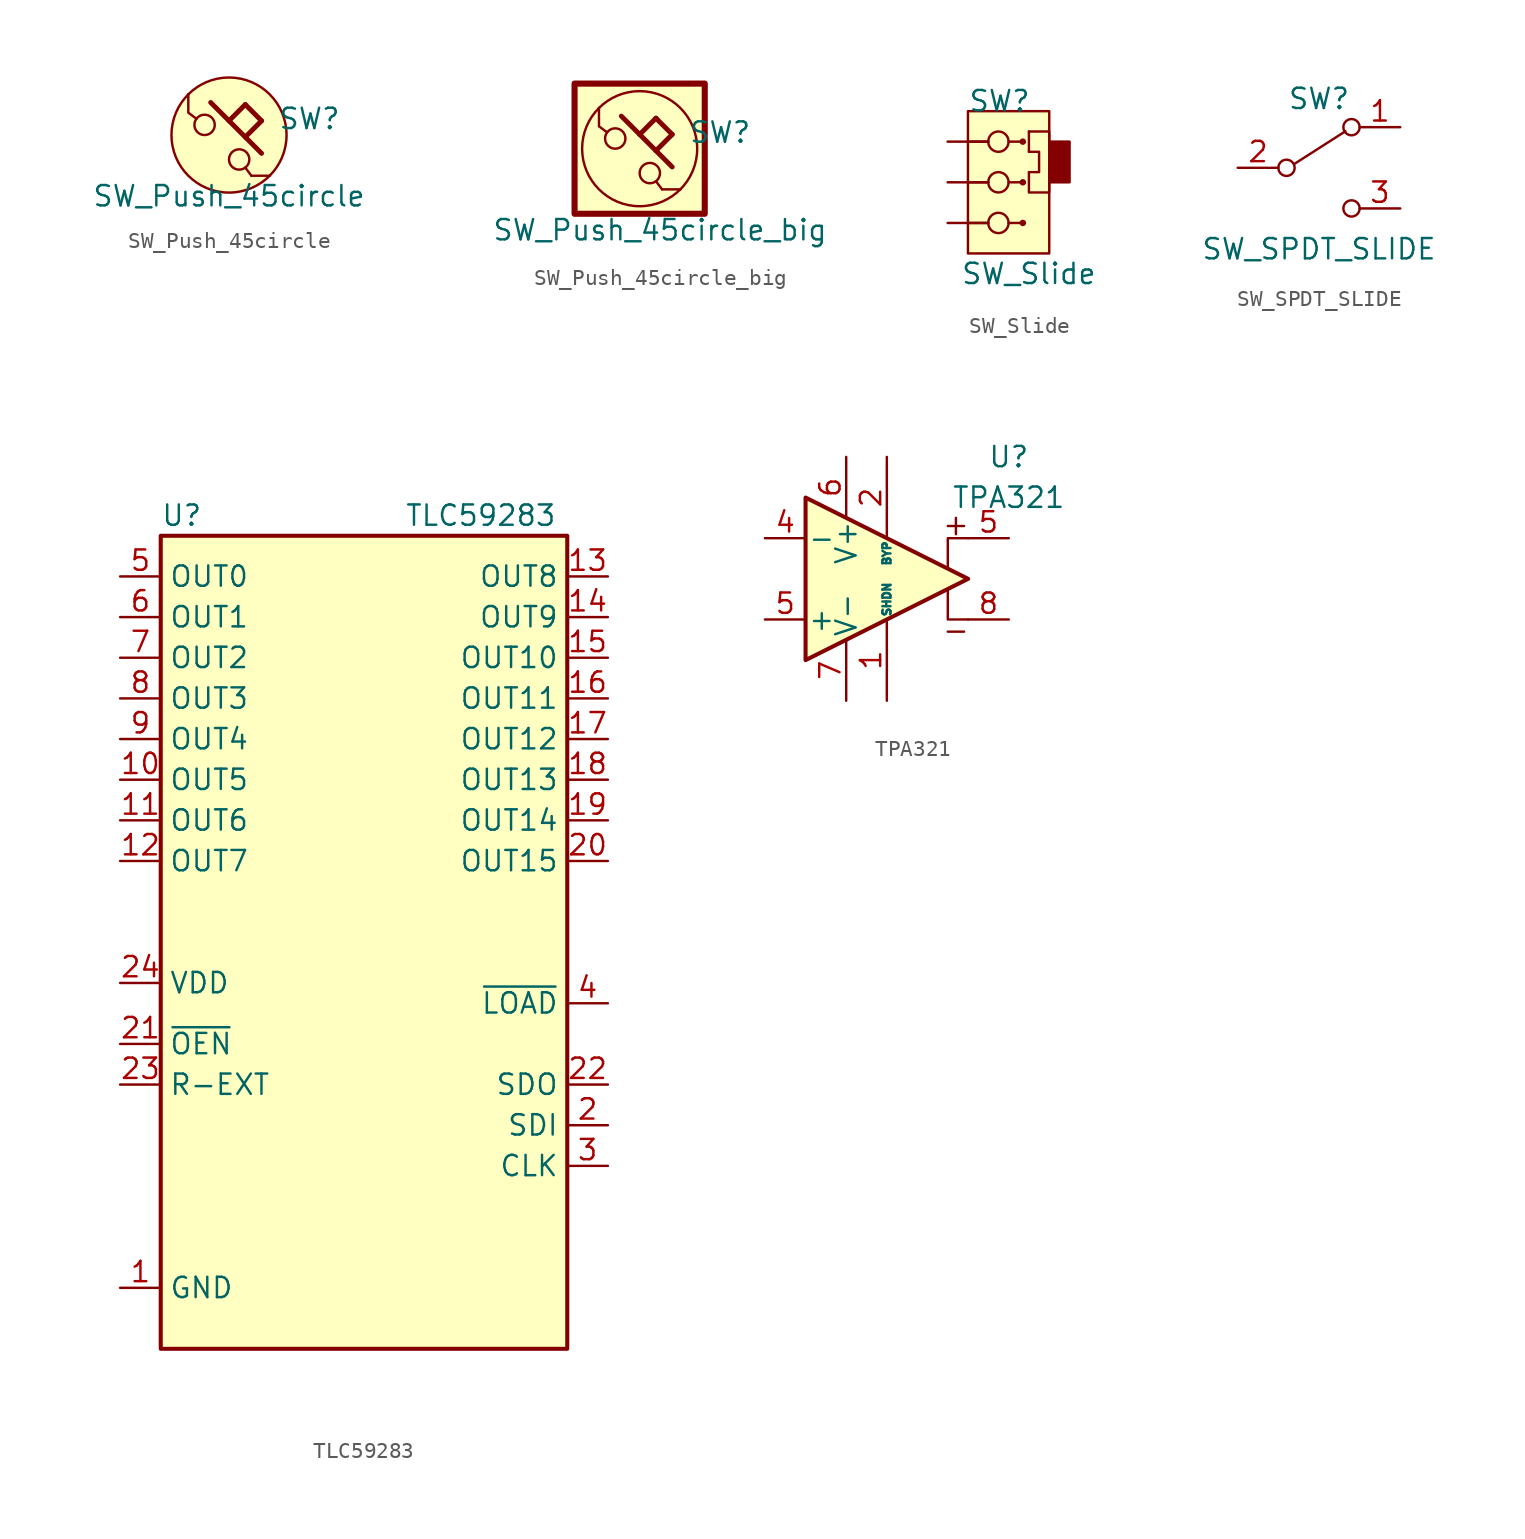
<source format=kicad_sym>
(kicad_symbol_lib
  (version 20220914)
  (generator kicad_symbol_editor)
  (symbol "SW_Push_45circle"
    (pin_numbers hide)
    (pin_names
      (offset 1.016) hide)
    (property "Reference" "SW"
      (at 3.048 1.016 0)
      (effects (font (size 1.27 1.27)) (justify left)))
    (property "Value" "SW_Push_45circle"
      (at 0 -3.81 0)
      (effects (font (size 1.27 1.27))))
    (symbol "SW_Push_45circle_0_1"
      (circle (center -1.524 0.635) (radius 0.635) (stroke (width 0) (type default)) (fill (type none)))
      (polyline (pts (xy -1.143 2.032) (xy 2.032 -1.143)) (stroke (width 0.305) (type default)) (fill (type none)))
      (polyline (pts (xy 0 0.889) (xy 1.016 1.905)) (stroke (width 0.305) (type default)) (fill (type none)))
      (polyline (pts (xy 1.016 -0.127) (xy 2.032 0.889)) (stroke (width 0.305) (type default)) (fill (type none)))
      (polyline (pts (xy 1.397 -2.54) (xy 1.016 -2.032)) (stroke (width 0) (type default)) (fill (type none)))
      (polyline (pts (xy 2.032 0.889) (xy 1.016 1.905)) (stroke (width 0.305) (type default)) (fill (type none)))
      (polyline (pts (xy -2.54 2.54) (xy -2.54 1.397) (xy -2.032 1.016)) (stroke (width 0) (type default)) (fill (type none)))
      (polyline (pts (xy 1.397 -2.54) (xy 2.54 -2.54) (xy 2.54 -2.54) (xy 2.54 -2.54)) (stroke (width 0) (type default)) (fill (type none)))
      (circle (center 0 0) (radius 3.592) (stroke (width 0) (type default)) (fill (type background)))
      (circle (center 0.635 -1.524) (radius 0.635) (stroke (width 0) (type default)) (fill (type none)))
      (pin passive line (at -2.54 2.54 0) (length 0) (name "1" (effects (font (size 1.27 1.27)))) (number "1" (effects (font (size 1.27 1.27)))))
      (pin passive line (at 2.54 -2.54 180) (length 0) (name "2" (effects (font (size 1.27 1.27)))) (number "2" (effects (font (size 1.27 1.27)))))))
  (symbol "SW_Push_45circle_big"
    (pin_numbers hide)
    (pin_names
      (offset 1.016) hide)
    (property "Reference" "SW"
      (at 3.048 1.016 0)
      (effects (font (size 1.27 1.27)) (justify left)))
    (property "Value" "SW_Push_45circle_big"
      (at 1.27 -5.08 0)
      (effects (font (size 1.27 1.27))))
    (symbol "SW_Push_45circle_big_0_1"
      (rectangle (start -4.064 4.064) (end 4.064 -4.064) (stroke (width 0.381) (type default)) (fill (type background)))
      (circle (center -1.524 0.635) (radius 0.635) (stroke (width 0) (type default)) (fill (type none)))
      (polyline (pts (xy -1.143 2.032) (xy 2.032 -1.143)) (stroke (width 0.305) (type default)) (fill (type none)))
      (polyline (pts (xy 0 0.889) (xy 1.016 1.905)) (stroke (width 0.305) (type default)) (fill (type none)))
      (polyline (pts (xy 1.016 -0.127) (xy 2.032 0.889)) (stroke (width 0.305) (type default)) (fill (type none)))
      (polyline (pts (xy 1.397 -2.54) (xy 1.016 -2.032)) (stroke (width 0) (type default)) (fill (type none)))
      (polyline (pts (xy 2.032 0.889) (xy 1.016 1.905)) (stroke (width 0.305) (type default)) (fill (type none)))
      (polyline (pts (xy -2.54 2.54) (xy -2.54 1.397) (xy -2.032 1.016)) (stroke (width 0) (type default)) (fill (type none)))
      (polyline (pts (xy 1.397 -2.54) (xy 2.54 -2.54) (xy 2.54 -2.54) (xy 2.54 -2.54)) (stroke (width 0) (type default)) (fill (type none)))
      (circle (center 0 0) (radius 3.592) (stroke (width 0) (type default)) (fill (type background)))
      (circle (center 0.635 -1.524) (radius 0.635) (stroke (width 0) (type default)) (fill (type none)))
      (pin passive line (at -2.54 2.54 0) (length 0) (name "1" (effects (font (size 1.27 1.27)))) (number "1" (effects (font (size 1.27 1.27)))))
      (pin passive line (at 2.54 -2.54 180) (length 0) (name "2" (effects (font (size 1.27 1.27)))) (number "2" (effects (font (size 1.27 1.27)))))))
  (symbol "SW_Slide"
    (pin_numbers hide)
    (pin_names
      (offset 1.016) hide)
    (property "Reference" "SW"
      (at -1.27 5.08 0)
      (effects (font (size 1.27 1.27)) (justify left)))
    (property "Value" "SW_Slide"
      (at 2.54 -5.715 0)
      (effects (font (size 1.27 1.27))))
    (symbol "SW_Slide_0_1"
      (rectangle (start -1.27 4.445) (end 3.81 -4.445) (stroke (width 0) (type default)) (fill (type background)))
      (polyline (pts (xy -1.27 -2.54) (xy 0 -2.54)) (stroke (width 0) (type default)) (fill (type none)))
      (polyline (pts (xy -1.27 0) (xy 0 0)) (stroke (width 0) (type default)) (fill (type none)))
      (polyline (pts (xy -1.27 2.54) (xy 0 2.54)) (stroke (width 0) (type default)) (fill (type none)))
      (polyline (pts (xy 1.27 -2.54) (xy 2.286 -2.54)) (stroke (width 0) (type default)) (fill (type none)))
      (polyline (pts (xy 1.27 0) (xy 2.286 0)) (stroke (width 0) (type default)) (fill (type none)))
      (polyline (pts (xy 1.27 2.54) (xy 2.159 2.54)) (stroke (width 0) (type default)) (fill (type none)))
      (polyline (pts (xy 2.54 1.905) (xy 2.54 3.175)) (stroke (width 0) (type default)) (fill (type none)))
      (polyline (pts (xy 2.54 1.905) (xy 3.175 1.905) (xy 3.175 0.635) (xy 2.54 0.635)) (stroke (width 0) (type default)) (fill (type none)))
      (polyline (pts (xy 2.54 0.635) (xy 2.54 -0.635) (xy 3.81 -0.635) (xy 3.81 3.175) (xy 2.54 3.175)) (stroke (width 0) (type default)) (fill (type none)))
      (circle (center 0.635 -2.54) (radius 0.635) (stroke (width 0) (type default)) (fill (type none)))
      (circle (center 0.635 0) (radius 0.635) (stroke (width 0) (type default)) (fill (type none)))
      (circle (center 0.635 2.54) (radius 0.635) (stroke (width 0) (type default)) (fill (type none)))
      (circle (center 2.159 -2.54) (radius 0.127) (stroke (width 0) (type default)) (fill (type none)))
      (circle (center 2.159 0) (radius 0.127) (stroke (width 0) (type default)) (fill (type none)))
      (circle (center 2.159 2.54) (radius 0.127) (stroke (width 0) (type default)) (fill (type none)))
      (rectangle (start 3.81 2.54) (end 5.08 0) (stroke (width 0) (type default)) (fill (type outline)))
      (pin passive line (at -2.54 2.54 0) (length 2.54) (name "1" (effects (font (size 1.27 1.27)))) (number "1" (effects (font (size 1.27 1.27)))))
      (pin passive line (at -2.54 0 0) (length 2.54) (name "2" (effects (font (size 1.27 1.27)))) (number "2" (effects (font (size 1.27 1.27)))))
      (pin passive line (at -2.54 -2.54 0) (length 2.54) (name "2" (effects (font (size 1.27 1.27)))) (number "3" (effects (font (size 1.27 1.27)))))))
  (symbol "SW_SPDT_SLIDE"
    (pin_names
      (offset 0.002) hide)
    (property "Reference" "SW"
      (at 0 4.318 0)
      (effects (font (size 1.27 1.27))))
    (property "Value" "SW_SPDT_SLIDE"
      (at 0 -5.08 0)
      (effects (font (size 1.27 1.27))))
    (symbol "SW_SPDT_SLIDE_0_0"
      (circle (center -2.032 0) (radius 0.508) (stroke (width 0) (type default)) (fill (type none)))
      (circle (center 2.032 -2.54) (radius 0.508) (stroke (width 0) (type default)) (fill (type none))))
    (symbol "SW_SPDT_SLIDE_0_1"
      (polyline (pts (xy -1.524 0.254) (xy 1.651 2.286)) (stroke (width 0) (type default)) (fill (type none)))
      (circle (center 2.032 2.54) (radius 0.508) (stroke (width 0) (type default)) (fill (type none))))
    (symbol "SW_SPDT_SLIDE_1_1"
      (pin passive line (at 5.08 2.54 180) (length 2.54) (name "A" (effects (font (size 1.27 1.27)))) (number "1" (effects (font (size 1.27 1.27)))))
      (pin passive line (at -5.08 0 0) (length 2.54) (name "B" (effects (font (size 1.27 1.27)))) (number "2" (effects (font (size 1.27 1.27)))))
      (pin passive line (at 5.08 -2.54 180) (length 2.54) (name "C" (effects (font (size 1.27 1.27)))) (number "3" (effects (font (size 1.27 1.27)))))))
  (symbol "TLC59283"
    (property "Reference" "U"
      (at -12.7 21.59 0)
      (effects (font (size 1.27 1.27)) (justify left)))
    (property "Value" "TLC59283"
      (at 2.54 21.59 0)
      (effects (font (size 1.27 1.27)) (justify left)))
    (symbol "TLC59283_0_1"
      (rectangle (start -12.7 20.32) (end 12.7 -30.48) (stroke (width 0.254) (type default)) (fill (type background))))
    (symbol "TLC59283_1_1"
      (pin power_in line (at -15.24 -26.67 0) (length 2.54) (name "GND" (effects (font (size 1.27 1.27)))) (number "1" (effects (font (size 1.27 1.27)))))
      (pin output line (at -15.24 5.08 0) (length 2.54) (name "OUT5" (effects (font (size 1.27 1.27)))) (number "10" (effects (font (size 1.27 1.27)))))
      (pin output line (at -15.24 2.54 0) (length 2.54) (name "OUT6" (effects (font (size 1.27 1.27)))) (number "11" (effects (font (size 1.27 1.27)))))
      (pin output line (at -15.24 0 0) (length 2.54) (name "OUT7" (effects (font (size 1.27 1.27)))) (number "12" (effects (font (size 1.27 1.27)))))
      (pin output line (at 15.24 17.78 180) (length 2.54) (name "OUT8" (effects (font (size 1.27 1.27)))) (number "13" (effects (font (size 1.27 1.27)))))
      (pin output line (at 15.24 15.24 180) (length 2.54) (name "OUT9" (effects (font (size 1.27 1.27)))) (number "14" (effects (font (size 1.27 1.27)))))
      (pin output line (at 15.24 12.7 180) (length 2.54) (name "OUT10" (effects (font (size 1.27 1.27)))) (number "15" (effects (font (size 1.27 1.27)))))
      (pin output line (at 15.24 10.16 180) (length 2.54) (name "OUT11" (effects (font (size 1.27 1.27)))) (number "16" (effects (font (size 1.27 1.27)))))
      (pin output line (at 15.24 7.62 180) (length 2.54) (name "OUT12" (effects (font (size 1.27 1.27)))) (number "17" (effects (font (size 1.27 1.27)))))
      (pin output line (at 15.24 5.08 180) (length 2.54) (name "OUT13" (effects (font (size 1.27 1.27)))) (number "18" (effects (font (size 1.27 1.27)))))
      (pin output line (at 15.24 2.54 180) (length 2.54) (name "OUT14" (effects (font (size 1.27 1.27)))) (number "19" (effects (font (size 1.27 1.27)))))
      (pin input line (at 15.24 -16.51 180) (length 2.54) (name "SDI" (effects (font (size 1.27 1.27)))) (number "2" (effects (font (size 1.27 1.27)))))
      (pin output line (at 15.24 0 180) (length 2.54) (name "OUT15" (effects (font (size 1.27 1.27)))) (number "20" (effects (font (size 1.27 1.27)))))
      (pin input line (at -15.24 -11.43 0) (length 2.54) (name "~{OEN}" (effects (font (size 1.27 1.27)))) (number "21" (effects (font (size 1.27 1.27)))))
      (pin output line (at 15.24 -13.97 180) (length 2.54) (name "SDO" (effects (font (size 1.27 1.27)))) (number "22" (effects (font (size 1.27 1.27)))))
      (pin passive line (at -15.24 -13.97 0) (length 2.54) (name "R-EXT" (effects (font (size 1.27 1.27)))) (number "23" (effects (font (size 1.27 1.27)))))
      (pin power_in line (at -15.24 -7.62 0) (length 2.54) (name "VDD" (effects (font (size 1.27 1.27)))) (number "24" (effects (font (size 1.27 1.27)))))
      (pin input line (at 15.24 -19.05 180) (length 2.54) (name "CLK" (effects (font (size 1.27 1.27)))) (number "3" (effects (font (size 1.27 1.27)))))
      (pin input line (at 15.24 -8.89 180) (length 2.54) (name "~{LOAD}" (effects (font (size 1.27 1.27)))) (number "4" (effects (font (size 1.27 1.27)))))
      (pin output line (at -15.24 17.78 0) (length 2.54) (name "OUT0" (effects (font (size 1.27 1.27)))) (number "5" (effects (font (size 1.27 1.27)))))
      (pin output line (at -15.24 15.24 0) (length 2.54) (name "OUT1" (effects (font (size 1.27 1.27)))) (number "6" (effects (font (size 1.27 1.27)))))
      (pin output line (at -15.24 12.7 0) (length 2.54) (name "OUT2" (effects (font (size 1.27 1.27)))) (number "7" (effects (font (size 1.27 1.27)))))
      (pin output line (at -15.24 10.16 0) (length 2.54) (name "OUT3" (effects (font (size 1.27 1.27)))) (number "8" (effects (font (size 1.27 1.27)))))
      (pin output line (at -15.24 7.62 0) (length 2.54) (name "OUT4" (effects (font (size 1.27 1.27)))) (number "9" (effects (font (size 1.27 1.27)))))))
  (symbol "TPA321"
    (pin_names
      (offset 0.127))
    (property "Reference" "U"
      (at 7.62 7.62 0)
      (effects (font (size 1.27 1.27))))
    (property "Value" "TPA321"
      (at 7.62 5.08 0)
      (effects (font (size 1.27 1.27))))
    (symbol "TPA321_0_1"
      (polyline (pts (xy 3.81 -0.635) (xy 3.81 -2.54) (xy 5.08 -2.54)) (stroke (width 0) (type default)) (fill (type none)))
      (polyline (pts (xy 5.08 2.54) (xy 3.81 2.54) (xy 3.81 0.635)) (stroke (width 0) (type default)) (fill (type none)))
      (polyline (pts (xy -5.08 5.08) (xy 5.08 0) (xy -5.08 -5.08) (xy -5.08 5.08)) (stroke (width 0.254) (type default)) (fill (type background))))
    (symbol "TPA321_1_1"
      (polyline (pts (xy 3.81 -3.302) (xy 4.826 -3.302)) (stroke (width 0) (type default)) (fill (type none)))
      (polyline (pts (xy 4.318 3.81) (xy 4.318 2.794)) (stroke (width 0) (type default)) (fill (type none)))
      (polyline (pts (xy 4.826 3.302) (xy 3.81 3.302)) (stroke (width 0) (type default)) (fill (type none)))
      (pin output line (at 0 -7.62 90) (length 5.08) (name "SHDN" (effects (font (size 0.508 0.508)))) (number "1" (effects (font (size 1.27 1.27)))))
      (pin input line (at 0 7.62 270) (length 5.08) (name "BYP" (effects (font (size 0.508 0.508)))) (number "2" (effects (font (size 1.27 1.27)))))
      (pin input line (at -7.62 2.54 0) (length 2.54) (name "-" (effects (font (size 1.27 1.27)))) (number "4" (effects (font (size 1.27 1.27)))))
      (pin input line (at -7.62 -2.54 0) (length 2.54) (name "+" (effects (font (size 1.27 1.27)))) (number "5" (effects (font (size 1.27 1.27)))))
      (pin output line (at 7.62 2.54 180) (length 2.54) (name "~" (effects (font (size 1.27 1.27)))) (number "5" (effects (font (size 1.27 1.27)))))
      (pin power_in line (at -2.54 7.62 270) (length 3.81) (name "V+" (effects (font (size 1.27 1.27)))) (number "6" (effects (font (size 1.27 1.27)))))
      (pin power_in line (at -2.54 -7.62 90) (length 3.81) (name "V-" (effects (font (size 1.27 1.27)))) (number "7" (effects (font (size 1.27 1.27)))))
      (pin output line (at 7.62 -2.54 180) (length 2.54) (name "~" (effects (font (size 1.27 1.27)))) (number "8" (effects (font (size 1.27 1.27))))))))
</source>
